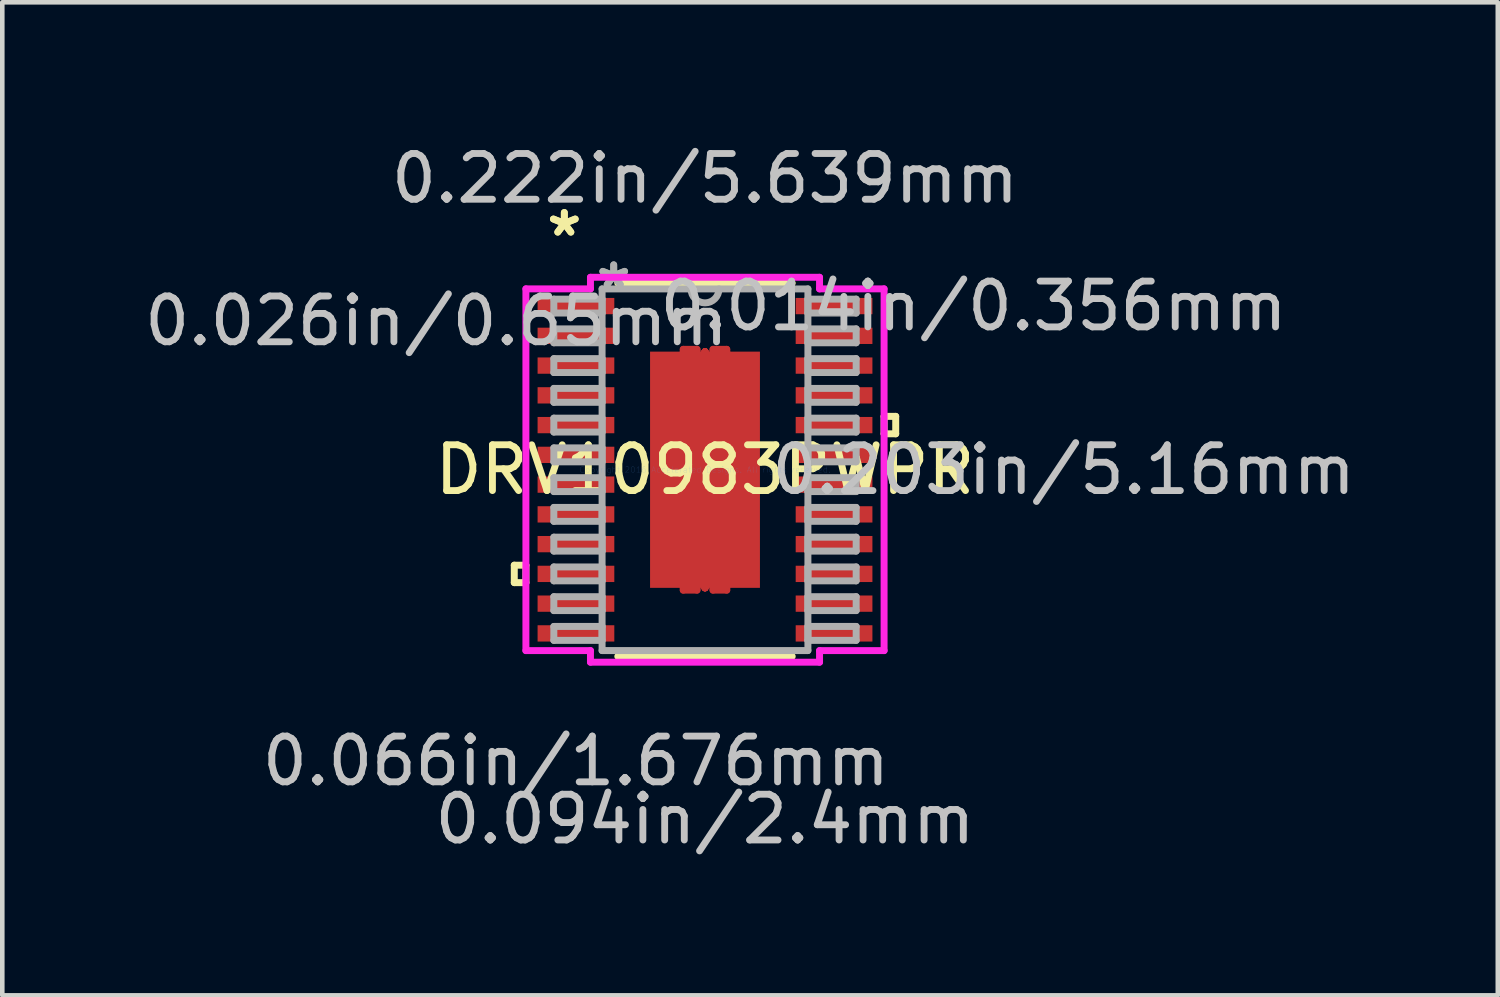
<source format=kicad_pcb>
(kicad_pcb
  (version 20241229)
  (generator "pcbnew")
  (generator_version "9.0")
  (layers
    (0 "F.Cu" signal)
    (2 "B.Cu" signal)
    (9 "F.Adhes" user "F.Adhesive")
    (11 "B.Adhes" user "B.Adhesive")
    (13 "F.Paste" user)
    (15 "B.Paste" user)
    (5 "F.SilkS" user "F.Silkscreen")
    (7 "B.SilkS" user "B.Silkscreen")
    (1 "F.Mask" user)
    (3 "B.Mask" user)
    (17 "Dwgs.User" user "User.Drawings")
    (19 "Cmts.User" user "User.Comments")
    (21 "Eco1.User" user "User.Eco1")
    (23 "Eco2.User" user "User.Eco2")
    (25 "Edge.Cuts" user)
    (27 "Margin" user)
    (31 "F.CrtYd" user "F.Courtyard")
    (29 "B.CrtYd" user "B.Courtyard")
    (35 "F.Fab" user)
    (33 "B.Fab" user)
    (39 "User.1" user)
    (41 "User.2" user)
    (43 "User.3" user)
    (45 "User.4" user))
  (footprint "DRV10983PWPR"
    (layer "F.Cu")
    (at 12.35 7.211)
    (property "Reference" "DRV10983PWPR" (at 0 0 0) (layer "F.SilkS") (effects (font (size 1 1) (thickness 0.15))))
    (attr through_hole)
    (fp_line (start -0.475 -2.63) (end -0.475 -2.58) (stroke (width 0.152) (type solid)) (layer "F.Cu"))
    (fp_line (start -0.475 -2.58) (end -0.175 -2.58) (stroke (width 0.152) (type solid)) (layer "F.Cu"))
    (fp_line (start -0.475 2.58) (end -0.175 2.58) (stroke (width 0.152) (type solid)) (layer "F.Cu"))
    (fp_line (start -0.475 2.63) (end -0.475 2.58) (stroke (width 0.152) (type solid)) (layer "F.Cu"))
    (fp_line (start -0.175 -2.63) (end -0.475 -2.63) (stroke (width 0.152) (type solid)) (layer "F.Cu"))
    (fp_line (start -0.175 -2.58) (end -0.175 -2.63) (stroke (width 0.152) (type solid)) (layer "F.Cu"))
    (fp_line (start -0.175 2.58) (end -0.175 2.63) (stroke (width 0.152) (type solid)) (layer "F.Cu"))
    (fp_line (start -0.175 2.63) (end -0.475 2.63) (stroke (width 0.152) (type solid)) (layer "F.Cu"))
    (fp_line (start 0 -2.58) (end 0 -2.58) (stroke (width 0.152) (type solid)) (layer "F.Cu"))
    (fp_line (start 0 -2.58) (end 0 -2.58) (stroke (width 0.152) (type solid)) (layer "F.Cu"))
    (fp_line (start 0 -2.58) (end 0 -2.58) (stroke (width 0.152) (type solid)) (layer "F.Cu"))
    (fp_line (start 0 -2.58) (end 0 -2.58) (stroke (width 0.152) (type solid)) (layer "F.Cu"))
    (fp_line (start 0 -2.58) (end 0 -2.58) (stroke (width 0.152) (type solid)) (layer "F.Cu"))
    (fp_line (start 0 -2.58) (end 0 -2.58) (stroke (width 0.152) (type solid)) (layer "F.Cu"))
    (fp_line (start 0 -2.58) (end 0 -2.58) (stroke (width 0.152) (type solid)) (layer "F.Cu"))
    (fp_line (start 0 -2.58) (end 0 -2.58) (stroke (width 0.152) (type solid)) (layer "F.Cu"))
    (fp_line (start 0 2.58) (end 0 2.58) (stroke (width 0.152) (type solid)) (layer "F.Cu"))
    (fp_line (start 0 2.58) (end 0 2.58) (stroke (width 0.152) (type solid)) (layer "F.Cu"))
    (fp_line (start 0 2.58) (end 0 2.58) (stroke (width 0.152) (type solid)) (layer "F.Cu"))
    (fp_line (start 0 2.58) (end 0 2.58) (stroke (width 0.152) (type solid)) (layer "F.Cu"))
    (fp_line (start 0 2.58) (end 0 2.58) (stroke (width 0.152) (type solid)) (layer "F.Cu"))
    (fp_line (start 0 2.58) (end 0 2.58) (stroke (width 0.152) (type solid)) (layer "F.Cu"))
    (fp_line (start 0 2.58) (end 0 2.58) (stroke (width 0.152) (type solid)) (layer "F.Cu"))
    (fp_line (start 0 2.58) (end 0 2.58) (stroke (width 0.152) (type solid)) (layer "F.Cu"))
    (fp_line (start 0.175 -2.63) (end 0.475 -2.63) (stroke (width 0.152) (type solid)) (layer "F.Cu"))
    (fp_line (start 0.175 -2.58) (end 0.175 -2.63) (stroke (width 0.152) (type solid)) (layer "F.Cu"))
    (fp_line (start 0.175 2.58) (end 0.175 2.63) (stroke (width 0.152) (type solid)) (layer "F.Cu"))
    (fp_line (start 0.175 2.63) (end 0.475 2.63) (stroke (width 0.152) (type solid)) (layer "F.Cu"))
    (fp_line (start 0.475 -2.63) (end 0.475 -2.58) (stroke (width 0.152) (type solid)) (layer "F.Cu"))
    (fp_line (start 0.475 -2.58) (end 0.175 -2.58) (stroke (width 0.152) (type solid)) (layer "F.Cu"))
    (fp_line (start 0.475 2.58) (end 0.175 2.58) (stroke (width 0.152) (type solid)) (layer "F.Cu"))
    (fp_line (start 0.475 2.63) (end 0.475 2.58) (stroke (width 0.152) (type solid)) (layer "F.Cu"))
    (fp_line (start -0.475 -2.63) (end -0.475 -2.58) (stroke (width 0.152) (type solid)) (layer "F.Mask"))
    (fp_line (start -0.475 -2.58) (end -0.175 -2.58) (stroke (width 0.152) (type solid)) (layer "F.Mask"))
    (fp_line (start -0.475 2.58) (end -0.175 2.58) (stroke (width 0.152) (type solid)) (layer "F.Mask"))
    (fp_line (start -0.475 2.63) (end -0.475 2.58) (stroke (width 0.152) (type solid)) (layer "F.Mask"))
    (fp_line (start -0.175 -2.63) (end -0.475 -2.63) (stroke (width 0.152) (type solid)) (layer "F.Mask"))
    (fp_line (start -0.175 -2.58) (end -0.175 -2.63) (stroke (width 0.152) (type solid)) (layer "F.Mask"))
    (fp_line (start -0.175 2.58) (end -0.175 2.63) (stroke (width 0.152) (type solid)) (layer "F.Mask"))
    (fp_line (start -0.175 2.63) (end -0.475 2.63) (stroke (width 0.152) (type solid)) (layer "F.Mask"))
    (fp_line (start 0 -2.58) (end 0 -2.58) (stroke (width 0.152) (type solid)) (layer "F.Mask"))
    (fp_line (start 0 -2.58) (end 0 -2.58) (stroke (width 0.152) (type solid)) (layer "F.Mask"))
    (fp_line (start 0 -2.58) (end 0 -2.58) (stroke (width 0.152) (type solid)) (layer "F.Mask"))
    (fp_line (start 0 -2.58) (end 0 -2.58) (stroke (width 0.152) (type solid)) (layer "F.Mask"))
    (fp_line (start 0 -2.58) (end 0 -2.58) (stroke (width 0.152) (type solid)) (layer "F.Mask"))
    (fp_line (start 0 -2.58) (end 0 -2.58) (stroke (width 0.152) (type solid)) (layer "F.Mask"))
    (fp_line (start 0 -2.58) (end 0 -2.58) (stroke (width 0.152) (type solid)) (layer "F.Mask"))
    (fp_line (start 0 -2.58) (end 0 -2.58) (stroke (width 0.152) (type solid)) (layer "F.Mask"))
    (fp_line (start 0 2.58) (end 0 2.58) (stroke (width 0.152) (type solid)) (layer "F.Mask"))
    (fp_line (start 0 2.58) (end 0 2.58) (stroke (width 0.152) (type solid)) (layer "F.Mask"))
    (fp_line (start 0 2.58) (end 0 2.58) (stroke (width 0.152) (type solid)) (layer "F.Mask"))
    (fp_line (start 0 2.58) (end 0 2.58) (stroke (width 0.152) (type solid)) (layer "F.Mask"))
    (fp_line (start 0 2.58) (end 0 2.58) (stroke (width 0.152) (type solid)) (layer "F.Mask"))
    (fp_line (start 0 2.58) (end 0 2.58) (stroke (width 0.152) (type solid)) (layer "F.Mask"))
    (fp_line (start 0 2.58) (end 0 2.58) (stroke (width 0.152) (type solid)) (layer "F.Mask"))
    (fp_line (start 0 2.58) (end 0 2.58) (stroke (width 0.152) (type solid)) (layer "F.Mask"))
    (fp_line (start 0.175 -2.63) (end 0.475 -2.63) (stroke (width 0.152) (type solid)) (layer "F.Mask"))
    (fp_line (start 0.175 -2.58) (end 0.175 -2.63) (stroke (width 0.152) (type solid)) (layer "F.Mask"))
    (fp_line (start 0.175 2.58) (end 0.175 2.63) (stroke (width 0.152) (type solid)) (layer "F.Mask"))
    (fp_line (start 0.175 2.63) (end 0.475 2.63) (stroke (width 0.152) (type solid)) (layer "F.Mask"))
    (fp_line (start 0.475 -2.63) (end 0.475 -2.58) (stroke (width 0.152) (type solid)) (layer "F.Mask"))
    (fp_line (start 0.475 -2.58) (end 0.175 -2.58) (stroke (width 0.152) (type solid)) (layer "F.Mask"))
    (fp_line (start 0.475 2.58) (end 0.175 2.58) (stroke (width 0.152) (type solid)) (layer "F.Mask"))
    (fp_line (start 0.475 2.63) (end 0.475 2.58) (stroke (width 0.152) (type solid)) (layer "F.Mask"))
    (fp_line (start -4.166 2.085) (end -4.166 2.466) (stroke (width 0.152) (type solid)) (layer "F.SilkS"))
    (fp_line (start -4.166 2.466) (end -3.912 2.466) (stroke (width 0.152) (type solid)) (layer "F.SilkS"))
    (fp_line (start -3.912 2.085) (end -4.166 2.085) (stroke (width 0.152) (type solid)) (layer "F.SilkS"))
    (fp_line (start -3.912 2.466) (end -3.912 2.085) (stroke (width 0.152) (type solid)) (layer "F.SilkS"))
    (fp_line (start -1.905 4.077) (end 1.905 4.077) (stroke (width 0.152) (type solid)) (layer "F.SilkS"))
    (fp_line (start 1.905 -4.077) (end -1.905 -4.077) (stroke (width 0.152) (type solid)) (layer "F.SilkS"))
    (fp_line (start 3.912 -1.166) (end 4.166 -1.166) (stroke (width 0.152) (type solid)) (layer "F.SilkS"))
    (fp_line (start 3.912 -0.785) (end 3.912 -1.166) (stroke (width 0.152) (type solid)) (layer "F.SilkS"))
    (fp_line (start 4.166 -1.166) (end 4.166 -0.785) (stroke (width 0.152) (type solid)) (layer "F.SilkS"))
    (fp_line (start 4.166 -0.785) (end 3.912 -0.785) (stroke (width 0.152) (type solid)) (layer "F.SilkS"))
    (fp_line (start -1.1 -2.48) (end -1.1 -1.39) (stroke (width 0.152) (type solid)) (layer "F.Paste"))
    (fp_line (start -1.1 -1.39) (end 1.1 -1.39) (stroke (width 0.152) (type solid)) (layer "F.Paste"))
    (fp_line (start -1.1 -1.19) (end -1.1 -0.1) (stroke (width 0.152) (type solid)) (layer "F.Paste"))
    (fp_line (start -1.1 -0.1) (end 1.1 -0.1) (stroke (width 0.152) (type solid)) (layer "F.Paste"))
    (fp_line (start -1.1 0.1) (end -1.1 1.19) (stroke (width 0.152) (type solid)) (layer "F.Paste"))
    (fp_line (start -1.1 1.19) (end 1.1 1.19) (stroke (width 0.152) (type solid)) (layer "F.Paste"))
    (fp_line (start -1.1 1.39) (end -1.1 2.48) (stroke (width 0.152) (type solid)) (layer "F.Paste"))
    (fp_line (start -1.1 2.48) (end 1.1 2.48) (stroke (width 0.152) (type solid)) (layer "F.Paste"))
    (fp_line (start 1.1 -2.48) (end -1.1 -2.48) (stroke (width 0.152) (type solid)) (layer "F.Paste"))
    (fp_line (start 1.1 -1.39) (end 1.1 -2.48) (stroke (width 0.152) (type solid)) (layer "F.Paste"))
    (fp_line (start 1.1 -1.19) (end -1.1 -1.19) (stroke (width 0.152) (type solid)) (layer "F.Paste"))
    (fp_line (start 1.1 -0.1) (end 1.1 -1.19) (stroke (width 0.152) (type solid)) (layer "F.Paste"))
    (fp_line (start 1.1 0.1) (end -1.1 0.1) (stroke (width 0.152) (type solid)) (layer "F.Paste"))
    (fp_line (start 1.1 1.19) (end 1.1 0.1) (stroke (width 0.152) (type solid)) (layer "F.Paste"))
    (fp_line (start 1.1 1.39) (end -1.1 1.39) (stroke (width 0.152) (type solid)) (layer "F.Paste"))
    (fp_line (start 1.1 2.48) (end 1.1 1.39) (stroke (width 0.152) (type solid)) (layer "F.Paste"))
    (fp_line (start -3.912 -3.951) (end -2.502 -3.951) (stroke (width 0.152) (type solid)) (layer "F.CrtYd"))
    (fp_line (start -3.912 3.951) (end -3.912 -3.951) (stroke (width 0.152) (type solid)) (layer "F.CrtYd"))
    (fp_line (start -2.502 -4.204) (end 2.502 -4.204) (stroke (width 0.152) (type solid)) (layer "F.CrtYd"))
    (fp_line (start -2.502 -3.951) (end -2.502 -4.204) (stroke (width 0.152) (type solid)) (layer "F.CrtYd"))
    (fp_line (start -2.502 3.951) (end -3.912 3.951) (stroke (width 0.152) (type solid)) (layer "F.CrtYd"))
    (fp_line (start -2.502 4.204) (end -2.502 3.951) (stroke (width 0.152) (type solid)) (layer "F.CrtYd"))
    (fp_line (start 2.502 -4.204) (end 2.502 -3.951) (stroke (width 0.152) (type solid)) (layer "F.CrtYd"))
    (fp_line (start 2.502 -3.951) (end 3.912 -3.951) (stroke (width 0.152) (type solid)) (layer "F.CrtYd"))
    (fp_line (start 2.502 3.951) (end 2.502 4.204) (stroke (width 0.152) (type solid)) (layer "F.CrtYd"))
    (fp_line (start 2.502 4.204) (end -2.502 4.204) (stroke (width 0.152) (type solid)) (layer "F.CrtYd"))
    (fp_line (start 3.912 -3.951) (end 3.912 3.951) (stroke (width 0.152) (type solid)) (layer "F.CrtYd"))
    (fp_line (start 3.912 3.951) (end 2.502 3.951) (stroke (width 0.152) (type solid)) (layer "F.CrtYd"))
    (fp_line (start -3.302 -3.727) (end -3.302 -3.423) (stroke (width 0.152) (type solid)) (layer "F.Fab"))
    (fp_line (start -3.302 -3.423) (end -2.248 -3.423) (stroke (width 0.152) (type solid)) (layer "F.Fab"))
    (fp_line (start -3.302 -3.077) (end -3.302 -2.773) (stroke (width 0.152) (type solid)) (layer "F.Fab"))
    (fp_line (start -3.302 -2.773) (end -2.248 -2.773) (stroke (width 0.152) (type solid)) (layer "F.Fab"))
    (fp_line (start -3.302 -2.427) (end -3.302 -2.123) (stroke (width 0.152) (type solid)) (layer "F.Fab"))
    (fp_line (start -3.302 -2.123) (end -2.248 -2.123) (stroke (width 0.152) (type solid)) (layer "F.Fab"))
    (fp_line (start -3.302 -1.777) (end -3.302 -1.473) (stroke (width 0.152) (type solid)) (layer "F.Fab"))
    (fp_line (start -3.302 -1.473) (end -2.248 -1.473) (stroke (width 0.152) (type solid)) (layer "F.Fab"))
    (fp_line (start -3.302 -1.127) (end -3.302 -0.823) (stroke (width 0.152) (type solid)) (layer "F.Fab"))
    (fp_line (start -3.302 -0.823) (end -2.248 -0.823) (stroke (width 0.152) (type solid)) (layer "F.Fab"))
    (fp_line (start -3.302 -0.477) (end -3.302 -0.173) (stroke (width 0.152) (type solid)) (layer "F.Fab"))
    (fp_line (start -3.302 -0.173) (end -2.248 -0.173) (stroke (width 0.152) (type solid)) (layer "F.Fab"))
    (fp_line (start -3.302 0.173) (end -3.302 0.477) (stroke (width 0.152) (type solid)) (layer "F.Fab"))
    (fp_line (start -3.302 0.477) (end -2.248 0.477) (stroke (width 0.152) (type solid)) (layer "F.Fab"))
    (fp_line (start -3.302 0.823) (end -3.302 1.127) (stroke (width 0.152) (type solid)) (layer "F.Fab"))
    (fp_line (start -3.302 1.127) (end -2.248 1.127) (stroke (width 0.152) (type solid)) (layer "F.Fab"))
    (fp_line (start -3.302 1.473) (end -3.302 1.777) (stroke (width 0.152) (type solid)) (layer "F.Fab"))
    (fp_line (start -3.302 1.777) (end -2.248 1.777) (stroke (width 0.152) (type solid)) (layer "F.Fab"))
    (fp_line (start -3.302 2.123) (end -3.302 2.427) (stroke (width 0.152) (type solid)) (layer "F.Fab"))
    (fp_line (start -3.302 2.427) (end -2.248 2.427) (stroke (width 0.152) (type solid)) (layer "F.Fab"))
    (fp_line (start -3.302 2.773) (end -3.302 3.077) (stroke (width 0.152) (type solid)) (layer "F.Fab"))
    (fp_line (start -3.302 3.077) (end -2.248 3.077) (stroke (width 0.152) (type solid)) (layer "F.Fab"))
    (fp_line (start -3.302 3.423) (end -3.302 3.727) (stroke (width 0.152) (type solid)) (layer "F.Fab"))
    (fp_line (start -3.302 3.727) (end -2.248 3.727) (stroke (width 0.152) (type solid)) (layer "F.Fab"))
    (fp_line (start -2.248 -3.95) (end -2.248 3.95) (stroke (width 0.152) (type solid)) (layer "F.Fab"))
    (fp_line (start -2.248 -3.727) (end -3.302 -3.727) (stroke (width 0.152) (type solid)) (layer "F.Fab"))
    (fp_line (start -2.248 -3.423) (end -2.248 -3.727) (stroke (width 0.152) (type solid)) (layer "F.Fab"))
    (fp_line (start -2.248 -3.077) (end -3.302 -3.077) (stroke (width 0.152) (type solid)) (layer "F.Fab"))
    (fp_line (start -2.248 -2.773) (end -2.248 -3.077) (stroke (width 0.152) (type solid)) (layer "F.Fab"))
    (fp_line (start -2.248 -2.427) (end -3.302 -2.427) (stroke (width 0.152) (type solid)) (layer "F.Fab"))
    (fp_line (start -2.248 -2.123) (end -2.248 -2.427) (stroke (width 0.152) (type solid)) (layer "F.Fab"))
    (fp_line (start -2.248 -1.777) (end -3.302 -1.777) (stroke (width 0.152) (type solid)) (layer "F.Fab"))
    (fp_line (start -2.248 -1.473) (end -2.248 -1.777) (stroke (width 0.152) (type solid)) (layer "F.Fab"))
    (fp_line (start -2.248 -1.127) (end -3.302 -1.127) (stroke (width 0.152) (type solid)) (layer "F.Fab"))
    (fp_line (start -2.248 -0.823) (end -2.248 -1.127) (stroke (width 0.152) (type solid)) (layer "F.Fab"))
    (fp_line (start -2.248 -0.477) (end -3.302 -0.477) (stroke (width 0.152) (type solid)) (layer "F.Fab"))
    (fp_line (start -2.248 -0.173) (end -2.248 -0.477) (stroke (width 0.152) (type solid)) (layer "F.Fab"))
    (fp_line (start -2.248 0.173) (end -3.302 0.173) (stroke (width 0.152) (type solid)) (layer "F.Fab"))
    (fp_line (start -2.248 0.477) (end -2.248 0.173) (stroke (width 0.152) (type solid)) (layer "F.Fab"))
    (fp_line (start -2.248 0.823) (end -3.302 0.823) (stroke (width 0.152) (type solid)) (layer "F.Fab"))
    (fp_line (start -2.248 1.127) (end -2.248 0.823) (stroke (width 0.152) (type solid)) (layer "F.Fab"))
    (fp_line (start -2.248 1.473) (end -3.302 1.473) (stroke (width 0.152) (type solid)) (layer "F.Fab"))
    (fp_line (start -2.248 1.777) (end -2.248 1.473) (stroke (width 0.152) (type solid)) (layer "F.Fab"))
    (fp_line (start -2.248 2.123) (end -3.302 2.123) (stroke (width 0.152) (type solid)) (layer "F.Fab"))
    (fp_line (start -2.248 2.427) (end -2.248 2.123) (stroke (width 0.152) (type solid)) (layer "F.Fab"))
    (fp_line (start -2.248 2.773) (end -3.302 2.773) (stroke (width 0.152) (type solid)) (layer "F.Fab"))
    (fp_line (start -2.248 3.077) (end -2.248 2.773) (stroke (width 0.152) (type solid)) (layer "F.Fab"))
    (fp_line (start -2.248 3.423) (end -3.302 3.423) (stroke (width 0.152) (type solid)) (layer "F.Fab"))
    (fp_line (start -2.248 3.727) (end -2.248 3.423) (stroke (width 0.152) (type solid)) (layer "F.Fab"))
    (fp_line (start -2.248 3.95) (end 2.248 3.95) (stroke (width 0.152) (type solid)) (layer "F.Fab"))
    (fp_line (start 2.248 -3.95) (end -2.248 -3.95) (stroke (width 0.152) (type solid)) (layer "F.Fab"))
    (fp_line (start 2.248 -3.727) (end 2.248 -3.423) (stroke (width 0.152) (type solid)) (layer "F.Fab"))
    (fp_line (start 2.248 -3.423) (end 3.302 -3.423) (stroke (width 0.152) (type solid)) (layer "F.Fab"))
    (fp_line (start 2.248 -3.077) (end 2.248 -2.773) (stroke (width 0.152) (type solid)) (layer "F.Fab"))
    (fp_line (start 2.248 -2.773) (end 3.302 -2.773) (stroke (width 0.152) (type solid)) (layer "F.Fab"))
    (fp_line (start 2.248 -2.427) (end 2.248 -2.123) (stroke (width 0.152) (type solid)) (layer "F.Fab"))
    (fp_line (start 2.248 -2.123) (end 3.302 -2.123) (stroke (width 0.152) (type solid)) (layer "F.Fab"))
    (fp_line (start 2.248 -1.777) (end 2.248 -1.473) (stroke (width 0.152) (type solid)) (layer "F.Fab"))
    (fp_line (start 2.248 -1.473) (end 3.302 -1.473) (stroke (width 0.152) (type solid)) (layer "F.Fab"))
    (fp_line (start 2.248 -1.127) (end 2.248 -0.823) (stroke (width 0.152) (type solid)) (layer "F.Fab"))
    (fp_line (start 2.248 -0.823) (end 3.302 -0.823) (stroke (width 0.152) (type solid)) (layer "F.Fab"))
    (fp_line (start 2.248 -0.477) (end 2.248 -0.173) (stroke (width 0.152) (type solid)) (layer "F.Fab"))
    (fp_line (start 2.248 -0.173) (end 3.302 -0.173) (stroke (width 0.152) (type solid)) (layer "F.Fab"))
    (fp_line (start 2.248 0.173) (end 2.248 0.477) (stroke (width 0.152) (type solid)) (layer "F.Fab"))
    (fp_line (start 2.248 0.477) (end 3.302 0.477) (stroke (width 0.152) (type solid)) (layer "F.Fab"))
    (fp_line (start 2.248 0.823) (end 2.248 1.127) (stroke (width 0.152) (type solid)) (layer "F.Fab"))
    (fp_line (start 2.248 1.127) (end 3.302 1.127) (stroke (width 0.152) (type solid)) (layer "F.Fab"))
    (fp_line (start 2.248 1.473) (end 2.248 1.777) (stroke (width 0.152) (type solid)) (layer "F.Fab"))
    (fp_line (start 2.248 1.777) (end 3.302 1.777) (stroke (width 0.152) (type solid)) (layer "F.Fab"))
    (fp_line (start 2.248 2.123) (end 2.248 2.427) (stroke (width 0.152) (type solid)) (layer "F.Fab"))
    (fp_line (start 2.248 2.427) (end 3.302 2.427) (stroke (width 0.152) (type solid)) (layer "F.Fab"))
    (fp_line (start 2.248 2.773) (end 2.248 3.077) (stroke (width 0.152) (type solid)) (layer "F.Fab"))
    (fp_line (start 2.248 3.077) (end 3.302 3.077) (stroke (width 0.152) (type solid)) (layer "F.Fab"))
    (fp_line (start 2.248 3.423) (end 2.248 3.727) (stroke (width 0.152) (type solid)) (layer "F.Fab"))
    (fp_line (start 2.248 3.727) (end 3.302 3.727) (stroke (width 0.152) (type solid)) (layer "F.Fab"))
    (fp_line (start 2.248 3.95) (end 2.248 -3.95) (stroke (width 0.152) (type solid)) (layer "F.Fab"))
    (fp_line (start 3.302 -3.727) (end 2.248 -3.727) (stroke (width 0.152) (type solid)) (layer "F.Fab"))
    (fp_line (start 3.302 -3.423) (end 3.302 -3.727) (stroke (width 0.152) (type solid)) (layer "F.Fab"))
    (fp_line (start 3.302 -3.077) (end 2.248 -3.077) (stroke (width 0.152) (type solid)) (layer "F.Fab"))
    (fp_line (start 3.302 -2.773) (end 3.302 -3.077) (stroke (width 0.152) (type solid)) (layer "F.Fab"))
    (fp_line (start 3.302 -2.427) (end 2.248 -2.427) (stroke (width 0.152) (type solid)) (layer "F.Fab"))
    (fp_line (start 3.302 -2.123) (end 3.302 -2.427) (stroke (width 0.152) (type solid)) (layer "F.Fab"))
    (fp_line (start 3.302 -1.777) (end 2.248 -1.777) (stroke (width 0.152) (type solid)) (layer "F.Fab"))
    (fp_line (start 3.302 -1.473) (end 3.302 -1.777) (stroke (width 0.152) (type solid)) (layer "F.Fab"))
    (fp_line (start 3.302 -1.127) (end 2.248 -1.127) (stroke (width 0.152) (type solid)) (layer "F.Fab"))
    (fp_line (start 3.302 -0.823) (end 3.302 -1.127) (stroke (width 0.152) (type solid)) (layer "F.Fab"))
    (fp_line (start 3.302 -0.477) (end 2.248 -0.477) (stroke (width 0.152) (type solid)) (layer "F.Fab"))
    (fp_line (start 3.302 -0.173) (end 3.302 -0.477) (stroke (width 0.152) (type solid)) (layer "F.Fab"))
    (fp_line (start 3.302 0.173) (end 2.248 0.173) (stroke (width 0.152) (type solid)) (layer "F.Fab"))
    (fp_line (start 3.302 0.477) (end 3.302 0.173) (stroke (width 0.152) (type solid)) (layer "F.Fab"))
    (fp_line (start 3.302 0.823) (end 2.248 0.823) (stroke (width 0.152) (type solid)) (layer "F.Fab"))
    (fp_line (start 3.302 1.127) (end 3.302 0.823) (stroke (width 0.152) (type solid)) (layer "F.Fab"))
    (fp_line (start 3.302 1.473) (end 2.248 1.473) (stroke (width 0.152) (type solid)) (layer "F.Fab"))
    (fp_line (start 3.302 1.777) (end 3.302 1.473) (stroke (width 0.152) (type solid)) (layer "F.Fab"))
    (fp_line (start 3.302 2.123) (end 2.248 2.123) (stroke (width 0.152) (type solid)) (layer "F.Fab"))
    (fp_line (start 3.302 2.427) (end 3.302 2.123) (stroke (width 0.152) (type solid)) (layer "F.Fab"))
    (fp_line (start 3.302 2.773) (end 2.248 2.773) (stroke (width 0.152) (type solid)) (layer "F.Fab"))
    (fp_line (start 3.302 3.077) (end 3.302 2.773) (stroke (width 0.152) (type solid)) (layer "F.Fab"))
    (fp_line (start 3.302 3.423) (end 2.248 3.423) (stroke (width 0.152) (type solid)) (layer "F.Fab"))
    (fp_line (start 3.302 3.727) (end 3.302 3.423) (stroke (width 0.152) (type solid)) (layer "F.Fab"))
    (fp_arc (start 0.3048 -3.9497) (mid 0 -3.6449) (end -0.3048 -3.9497) (stroke (width 0.1524) (type solid)) (layer "F.Fab"))
    (fp_text user "*" (at -3.073 -5.074 0) (layer "F.SilkS") (effects (font (size 1 1) (thickness 0.15))))
    (fp_text user "*" (at -3.073 -5.074 0) (layer "F.SilkS") (effects (font (size 1 1) (thickness 0.15))))
    (fp_text user "0.066in/1.676mm" (at -2.819 6.363 0) (layer "Dwgs.User") (effects (font (size 1 1) (thickness 0.15))))
    (fp_text user "0.026in/0.65mm" (at -5.867 -3.25 0) (layer "Dwgs.User") (effects (font (size 1 1) (thickness 0.15))))
    (fp_text user "0.222in/5.639mm" (at 0 -6.363 0) (layer "Dwgs.User") (effects (font (size 1 1) (thickness 0.15))))
    (fp_text user "0.094in/2.4mm" (at 0 7.633 0) (layer "Dwgs.User") (effects (font (size 1 1) (thickness 0.15))))
    (fp_text user "0.203in/5.16mm" (at 7.836 0 0) (layer "Dwgs.User") (effects (font (size 1 1) (thickness 0.15))))
    (fp_text user "0.014in/0.356mm" (at 5.867 -3.575 0) (layer "Dwgs.User") (effects (font (size 1 1) (thickness 0.15))))
    (fp_text user "Copyright 2016 Accelerated Designs. All rights reserved." (at 0 0 0) (layer "Cmts.User") (effects (font (size 0.127 0.127) (thickness 0.002))))
    (fp_text user "*" (at -1.994 -3.931 0) (layer "F.Fab") (effects (font (size 1 1) (thickness 0.15))))
    (fp_text user "*" (at -1.994 -3.931 0) (layer "F.Fab") (effects (font (size 1 1) (thickness 0.15))))
    (pad "1" smd rect (at -2.819 -3.575) (size 1.676 0.356) (layers "F.Cu" "F.Mask" "F.Paste"))
    (pad "2" smd rect (at -2.819 -2.925) (size 1.676 0.356) (layers "F.Cu" "F.Mask" "F.Paste"))
    (pad "3" smd rect (at -2.819 -2.275) (size 1.676 0.356) (layers "F.Cu" "F.Mask" "F.Paste"))
    (pad "4" smd rect (at -2.819 -1.625) (size 1.676 0.356) (layers "F.Cu" "F.Mask" "F.Paste"))
    (pad "5" smd rect (at -2.819 -0.975) (size 1.676 0.356) (layers "F.Cu" "F.Mask" "F.Paste"))
    (pad "6" smd rect (at -2.819 -0.325) (size 1.676 0.356) (layers "F.Cu" "F.Mask" "F.Paste"))
    (pad "7" smd rect (at -2.819 0.325) (size 1.676 0.356) (layers "F.Cu" "F.Mask" "F.Paste"))
    (pad "8" smd rect (at -2.819 0.975) (size 1.676 0.356) (layers "F.Cu" "F.Mask" "F.Paste"))
    (pad "9" smd rect (at -2.819 1.625) (size 1.676 0.356) (layers "F.Cu" "F.Mask" "F.Paste"))
    (pad "10" smd rect (at -2.819 2.275) (size 1.676 0.356) (layers "F.Cu" "F.Mask" "F.Paste"))
    (pad "11" smd rect (at -2.819 2.925) (size 1.676 0.356) (layers "F.Cu" "F.Mask" "F.Paste"))
    (pad "12" smd rect (at -2.819 3.575) (size 1.676 0.356) (layers "F.Cu" "F.Mask" "F.Paste"))
    (pad "13" smd rect (at 2.819 3.575) (size 1.676 0.356) (layers "F.Cu" "F.Mask" "F.Paste"))
    (pad "14" smd rect (at 2.819 2.925) (size 1.676 0.356) (layers "F.Cu" "F.Mask" "F.Paste"))
    (pad "15" smd rect (at 2.819 2.275) (size 1.676 0.356) (layers "F.Cu" "F.Mask" "F.Paste"))
    (pad "16" smd rect (at 2.819 1.625) (size 1.676 0.356) (layers "F.Cu" "F.Mask" "F.Paste"))
    (pad "17" smd rect (at 2.819 0.975) (size 1.676 0.356) (layers "F.Cu" "F.Mask" "F.Paste"))
    (pad "18" smd rect (at 2.819 0.325) (size 1.676 0.356) (layers "F.Cu" "F.Mask" "F.Paste"))
    (pad "19" smd rect (at 2.819 -0.325) (size 1.676 0.356) (layers "F.Cu" "F.Mask" "F.Paste"))
    (pad "20" smd rect (at 2.819 -0.975) (size 1.676 0.356) (layers "F.Cu" "F.Mask" "F.Paste"))
    (pad "21" smd rect (at 2.819 -1.625) (size 1.676 0.356) (layers "F.Cu" "F.Mask" "F.Paste"))
    (pad "22" smd rect (at 2.819 -2.275) (size 1.676 0.356) (layers "F.Cu" "F.Mask" "F.Paste"))
    (pad "23" smd rect (at 2.819 -2.925) (size 1.676 0.356) (layers "F.Cu" "F.Mask" "F.Paste"))
    (pad "24" smd rect (at 2.819 -3.575) (size 1.676 0.356) (layers "F.Cu" "F.Mask" "F.Paste"))
    (pad "25" smd rect (at 0 0) (size 2.4 5.16) (layers "F.Cu" "F.Mask" "F.Paste")))
  (gr_rect
    (start -3 -3)
    (end 29.668 18.692)
    (stroke (width 0.1) (type default))
    (fill no)
    (layer "Edge.Cuts")))
</source>
